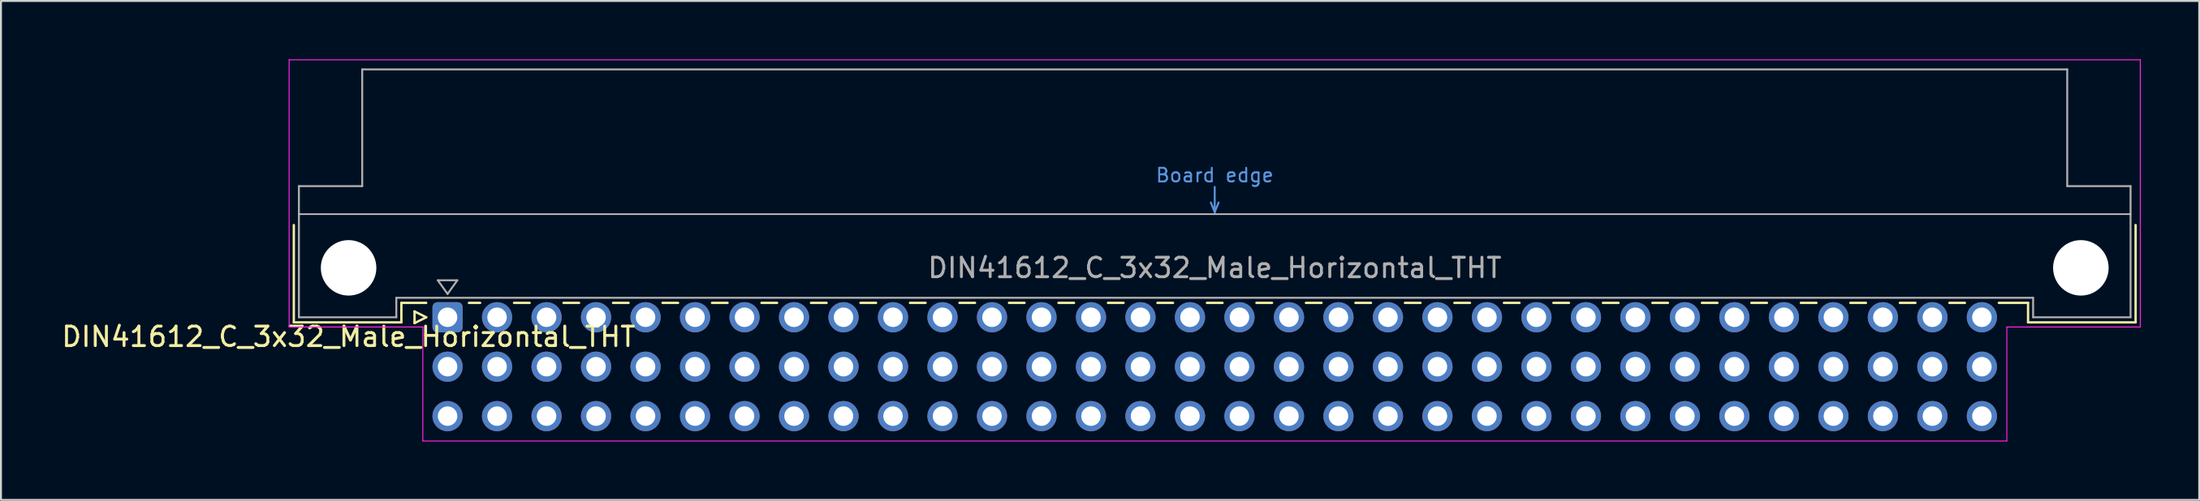
<source format=kicad_pcb>
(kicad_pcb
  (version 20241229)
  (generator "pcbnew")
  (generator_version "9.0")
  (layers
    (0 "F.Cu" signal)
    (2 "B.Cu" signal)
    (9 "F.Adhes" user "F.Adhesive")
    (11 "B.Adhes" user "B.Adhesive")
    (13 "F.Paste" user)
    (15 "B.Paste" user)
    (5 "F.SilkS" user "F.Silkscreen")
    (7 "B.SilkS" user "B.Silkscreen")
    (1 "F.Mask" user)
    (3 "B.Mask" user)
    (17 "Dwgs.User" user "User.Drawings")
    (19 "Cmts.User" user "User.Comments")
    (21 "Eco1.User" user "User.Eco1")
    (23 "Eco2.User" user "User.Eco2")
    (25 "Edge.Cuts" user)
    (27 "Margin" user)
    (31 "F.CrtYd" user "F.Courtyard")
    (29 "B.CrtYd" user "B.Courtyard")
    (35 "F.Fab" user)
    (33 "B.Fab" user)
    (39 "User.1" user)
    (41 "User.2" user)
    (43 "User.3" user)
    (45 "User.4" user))
  (footprint "DIN41612_C_3x32_Male_Horizontal_THT"
    (layer "F.Cu")
    (at 19.919 13.255)
    (property "Reference" "DIN41612_C_3x32_Male_Horizontal_THT" (at -5.08 1 0) (layer "F.SilkS") (effects (font (size 1 1) (thickness 0.15))))
    (attr through_hole)
    (fp_line (start -7.89 -4.74) (end -7.89 0.26) (stroke (width 0.12) (type solid)) (layer "F.SilkS"))
    (fp_line (start -7.89 0.26) (end -2.37 0.26) (stroke (width 0.12) (type solid)) (layer "F.SilkS"))
    (fp_line (start -2.371 -0.74) (end -1.095 -0.74) (stroke (width 0.12) (type solid)) (layer "F.SilkS"))
    (fp_line (start -2.37 0.26) (end -2.37 -0.74) (stroke (width 0.12) (type solid)) (layer "F.SilkS"))
    (fp_line (start -1.695 -0.3) (end -1.695 0.3) (stroke (width 0.12) (type solid)) (layer "F.SilkS"))
    (fp_line (start -1.695 0.3) (end -1.095 0) (stroke (width 0.12) (type solid)) (layer "F.SilkS"))
    (fp_line (start -1.095 0) (end -1.695 -0.3) (stroke (width 0.12) (type solid)) (layer "F.SilkS"))
    (fp_line (start 1.095 -0.74) (end 1.671 -0.74) (stroke (width 0.12) (type solid)) (layer "F.SilkS"))
    (fp_line (start 3.41 -0.74) (end 4.211 -0.74) (stroke (width 0.12) (type solid)) (layer "F.SilkS"))
    (fp_line (start 5.95 -0.74) (end 6.751 -0.74) (stroke (width 0.12) (type solid)) (layer "F.SilkS"))
    (fp_line (start 8.49 -0.74) (end 9.291 -0.74) (stroke (width 0.12) (type solid)) (layer "F.SilkS"))
    (fp_line (start 11.03 -0.74) (end 11.831 -0.74) (stroke (width 0.12) (type solid)) (layer "F.SilkS"))
    (fp_line (start 13.57 -0.74) (end 14.371 -0.74) (stroke (width 0.12) (type solid)) (layer "F.SilkS"))
    (fp_line (start 16.11 -0.74) (end 16.911 -0.74) (stroke (width 0.12) (type solid)) (layer "F.SilkS"))
    (fp_line (start 18.65 -0.74) (end 19.451 -0.74) (stroke (width 0.12) (type solid)) (layer "F.SilkS"))
    (fp_line (start 21.19 -0.74) (end 21.991 -0.74) (stroke (width 0.12) (type solid)) (layer "F.SilkS"))
    (fp_line (start 23.73 -0.74) (end 24.531 -0.74) (stroke (width 0.12) (type solid)) (layer "F.SilkS"))
    (fp_line (start 26.27 -0.74) (end 27.071 -0.74) (stroke (width 0.12) (type solid)) (layer "F.SilkS"))
    (fp_line (start 28.81 -0.74) (end 29.611 -0.74) (stroke (width 0.12) (type solid)) (layer "F.SilkS"))
    (fp_line (start 31.35 -0.74) (end 32.151 -0.74) (stroke (width 0.12) (type solid)) (layer "F.SilkS"))
    (fp_line (start 33.89 -0.74) (end 34.691 -0.74) (stroke (width 0.12) (type solid)) (layer "F.SilkS"))
    (fp_line (start 36.43 -0.74) (end 37.231 -0.74) (stroke (width 0.12) (type solid)) (layer "F.SilkS"))
    (fp_line (start 38.97 -0.74) (end 39.771 -0.74) (stroke (width 0.12) (type solid)) (layer "F.SilkS"))
    (fp_line (start 41.51 -0.74) (end 42.311 -0.74) (stroke (width 0.12) (type solid)) (layer "F.SilkS"))
    (fp_line (start 44.05 -0.74) (end 44.851 -0.74) (stroke (width 0.12) (type solid)) (layer "F.SilkS"))
    (fp_line (start 46.59 -0.74) (end 47.391 -0.74) (stroke (width 0.12) (type solid)) (layer "F.SilkS"))
    (fp_line (start 49.13 -0.74) (end 49.931 -0.74) (stroke (width 0.12) (type solid)) (layer "F.SilkS"))
    (fp_line (start 51.67 -0.74) (end 52.471 -0.74) (stroke (width 0.12) (type solid)) (layer "F.SilkS"))
    (fp_line (start 54.21 -0.74) (end 55.011 -0.74) (stroke (width 0.12) (type solid)) (layer "F.SilkS"))
    (fp_line (start 56.75 -0.74) (end 57.551 -0.74) (stroke (width 0.12) (type solid)) (layer "F.SilkS"))
    (fp_line (start 59.29 -0.74) (end 60.091 -0.74) (stroke (width 0.12) (type solid)) (layer "F.SilkS"))
    (fp_line (start 61.83 -0.74) (end 62.631 -0.74) (stroke (width 0.12) (type solid)) (layer "F.SilkS"))
    (fp_line (start 64.37 -0.74) (end 65.171 -0.74) (stroke (width 0.12) (type solid)) (layer "F.SilkS"))
    (fp_line (start 66.91 -0.74) (end 67.711 -0.74) (stroke (width 0.12) (type solid)) (layer "F.SilkS"))
    (fp_line (start 69.45 -0.74) (end 70.251 -0.74) (stroke (width 0.12) (type solid)) (layer "F.SilkS"))
    (fp_line (start 71.99 -0.74) (end 72.791 -0.74) (stroke (width 0.12) (type solid)) (layer "F.SilkS"))
    (fp_line (start 74.53 -0.74) (end 75.331 -0.74) (stroke (width 0.12) (type solid)) (layer "F.SilkS"))
    (fp_line (start 77.07 -0.74) (end 77.871 -0.74) (stroke (width 0.12) (type solid)) (layer "F.SilkS"))
    (fp_line (start 79.61 -0.74) (end 81.11 -0.74) (stroke (width 0.12) (type solid)) (layer "F.SilkS"))
    (fp_line (start 81.11 0.26) (end 81.11 -0.74) (stroke (width 0.12) (type solid)) (layer "F.SilkS"))
    (fp_line (start 86.63 -4.74) (end 86.63 0.26) (stroke (width 0.12) (type solid)) (layer "F.SilkS"))
    (fp_line (start 86.63 0.26) (end 81.11 0.26) (stroke (width 0.12) (type solid)) (layer "F.SilkS"))
    (fp_line (start -7.63 -5.3) (end 86.37 -5.3) (stroke (width 0.08) (type solid)) (layer "Dwgs.User"))
    (fp_line (start 39.17 -5.9) (end 39.37 -5.4) (stroke (width 0.1) (type solid)) (layer "Cmts.User"))
    (fp_line (start 39.37 -5.4) (end 39.37 -6.7) (stroke (width 0.1) (type solid)) (layer "Cmts.User"))
    (fp_line (start 39.37 -5.4) (end 39.57 -5.9) (stroke (width 0.1) (type solid)) (layer "Cmts.User"))
    (fp_line (start -8.13 -13.23) (end -8.13 0.5) (stroke (width 0.05) (type solid)) (layer "F.CrtYd"))
    (fp_line (start -8.13 0.5) (end -1.27 0.5) (stroke (width 0.05) (type solid)) (layer "F.CrtYd"))
    (fp_line (start -1.27 0.5) (end -1.27 6.36) (stroke (width 0.05) (type solid)) (layer "F.CrtYd"))
    (fp_line (start -1.27 6.36) (end 80.02 6.36) (stroke (width 0.05) (type solid)) (layer "F.CrtYd"))
    (fp_line (start 80.02 0.5) (end 86.87 0.5) (stroke (width 0.05) (type solid)) (layer "F.CrtYd"))
    (fp_line (start 80.02 6.36) (end 80.02 0.5) (stroke (width 0.05) (type solid)) (layer "F.CrtYd"))
    (fp_line (start 86.87 -13.23) (end -8.13 -13.23) (stroke (width 0.05) (type solid)) (layer "F.CrtYd"))
    (fp_line (start 86.87 0.5) (end 86.87 -13.23) (stroke (width 0.05) (type solid)) (layer "F.CrtYd"))
    (fp_line (start -7.63 -6.74) (end -7.63 0) (stroke (width 0.1) (type solid)) (layer "F.Fab"))
    (fp_line (start -7.63 0) (end -2.63 0) (stroke (width 0.1) (type solid)) (layer "F.Fab"))
    (fp_line (start -4.38 -12.74) (end -4.38 -6.74) (stroke (width 0.1) (type solid)) (layer "F.Fab"))
    (fp_line (start -4.38 -6.74) (end -7.63 -6.74) (stroke (width 0.1) (type solid)) (layer "F.Fab"))
    (fp_line (start -2.63 -1) (end 81.37 -1) (stroke (width 0.1) (type solid)) (layer "F.Fab"))
    (fp_line (start -2.63 0) (end -2.63 -1) (stroke (width 0.1) (type solid)) (layer "F.Fab"))
    (fp_line (start -0.5 -1.9) (end 0.5 -1.9) (stroke (width 0.1) (type solid)) (layer "F.Fab"))
    (fp_line (start 0 -1.2) (end -0.5 -1.9) (stroke (width 0.1) (type solid)) (layer "F.Fab"))
    (fp_line (start 0.5 -1.9) (end 0 -1.2) (stroke (width 0.1) (type solid)) (layer "F.Fab"))
    (fp_line (start 81.37 -1) (end 81.37 0) (stroke (width 0.1) (type solid)) (layer "F.Fab"))
    (fp_line (start 81.37 0) (end 86.37 0) (stroke (width 0.1) (type solid)) (layer "F.Fab"))
    (fp_line (start 83.12 -12.74) (end -4.38 -12.74) (stroke (width 0.1) (type solid)) (layer "F.Fab"))
    (fp_line (start 83.12 -6.74) (end 83.12 -12.74) (stroke (width 0.1) (type solid)) (layer "F.Fab"))
    (fp_line (start 86.37 -6.74) (end 83.12 -6.74) (stroke (width 0.1) (type solid)) (layer "F.Fab"))
    (fp_line (start 86.37 0) (end 86.37 -6.74) (stroke (width 0.1) (type solid)) (layer "F.Fab"))
    (fp_text user "Board edge" (at 39.37 -7.3 0) (layer "Cmts.User") (effects (font (size 0.7 0.7) (thickness 0.1))))
    (fp_text user "${REFERENCE}" (at 39.37 -2.54 0) (layer "F.Fab") (effects (font (size 1 1) (thickness 0.15))))
    (pad "" np_thru_hole circle (at -5.08 -2.54) (size 2.85 2.85) (drill 2.85) (layers "*.Cu" "*.Mask"))
    (pad "" np_thru_hole circle (at 83.82 -2.54) (size 2.85 2.85) (drill 2.85) (layers "*.Cu" "*.Mask"))
    (pad "a1" thru_hole roundrect (at 0 0) (size 1.55 1.55) (drill 1) (layers "*.Cu" "*.Mask") (roundrect_rratio 0.161))
    (pad "a2" thru_hole circle (at 2.54 0) (size 1.55 1.55) (drill 1) (layers "*.Cu" "*.Mask"))
    (pad "a3" thru_hole circle (at 5.08 0) (size 1.55 1.55) (drill 1) (layers "*.Cu" "*.Mask"))
    (pad "a4" thru_hole circle (at 7.62 0) (size 1.55 1.55) (drill 1) (layers "*.Cu" "*.Mask"))
    (pad "a5" thru_hole circle (at 10.16 0) (size 1.55 1.55) (drill 1) (layers "*.Cu" "*.Mask"))
    (pad "a6" thru_hole circle (at 12.7 0) (size 1.55 1.55) (drill 1) (layers "*.Cu" "*.Mask"))
    (pad "a7" thru_hole circle (at 15.24 0) (size 1.55 1.55) (drill 1) (layers "*.Cu" "*.Mask"))
    (pad "a8" thru_hole circle (at 17.78 0) (size 1.55 1.55) (drill 1) (layers "*.Cu" "*.Mask"))
    (pad "a9" thru_hole circle (at 20.32 0) (size 1.55 1.55) (drill 1) (layers "*.Cu" "*.Mask"))
    (pad "a10" thru_hole circle (at 22.86 0) (size 1.55 1.55) (drill 1) (layers "*.Cu" "*.Mask"))
    (pad "a11" thru_hole circle (at 25.4 0) (size 1.55 1.55) (drill 1) (layers "*.Cu" "*.Mask"))
    (pad "a12" thru_hole circle (at 27.94 0) (size 1.55 1.55) (drill 1) (layers "*.Cu" "*.Mask"))
    (pad "a13" thru_hole circle (at 30.48 0) (size 1.55 1.55) (drill 1) (layers "*.Cu" "*.Mask"))
    (pad "a14" thru_hole circle (at 33.02 0) (size 1.55 1.55) (drill 1) (layers "*.Cu" "*.Mask"))
    (pad "a15" thru_hole circle (at 35.56 0) (size 1.55 1.55) (drill 1) (layers "*.Cu" "*.Mask"))
    (pad "a16" thru_hole circle (at 38.1 0) (size 1.55 1.55) (drill 1) (layers "*.Cu" "*.Mask"))
    (pad "a17" thru_hole circle (at 40.64 0) (size 1.55 1.55) (drill 1) (layers "*.Cu" "*.Mask"))
    (pad "a18" thru_hole circle (at 43.18 0) (size 1.55 1.55) (drill 1) (layers "*.Cu" "*.Mask"))
    (pad "a19" thru_hole circle (at 45.72 0) (size 1.55 1.55) (drill 1) (layers "*.Cu" "*.Mask"))
    (pad "a20" thru_hole circle (at 48.26 0) (size 1.55 1.55) (drill 1) (layers "*.Cu" "*.Mask"))
    (pad "a21" thru_hole circle (at 50.8 0) (size 1.55 1.55) (drill 1) (layers "*.Cu" "*.Mask"))
    (pad "a22" thru_hole circle (at 53.34 0) (size 1.55 1.55) (drill 1) (layers "*.Cu" "*.Mask"))
    (pad "a23" thru_hole circle (at 55.88 0) (size 1.55 1.55) (drill 1) (layers "*.Cu" "*.Mask"))
    (pad "a24" thru_hole circle (at 58.42 0) (size 1.55 1.55) (drill 1) (layers "*.Cu" "*.Mask"))
    (pad "a25" thru_hole circle (at 60.96 0) (size 1.55 1.55) (drill 1) (layers "*.Cu" "*.Mask"))
    (pad "a26" thru_hole circle (at 63.5 0) (size 1.55 1.55) (drill 1) (layers "*.Cu" "*.Mask"))
    (pad "a27" thru_hole circle (at 66.04 0) (size 1.55 1.55) (drill 1) (layers "*.Cu" "*.Mask"))
    (pad "a28" thru_hole circle (at 68.58 0) (size 1.55 1.55) (drill 1) (layers "*.Cu" "*.Mask"))
    (pad "a29" thru_hole circle (at 71.12 0) (size 1.55 1.55) (drill 1) (layers "*.Cu" "*.Mask"))
    (pad "a30" thru_hole circle (at 73.66 0) (size 1.55 1.55) (drill 1) (layers "*.Cu" "*.Mask"))
    (pad "a31" thru_hole circle (at 76.2 0) (size 1.55 1.55) (drill 1) (layers "*.Cu" "*.Mask"))
    (pad "a32" thru_hole circle (at 78.74 0) (size 1.55 1.55) (drill 1) (layers "*.Cu" "*.Mask"))
    (pad "b1" thru_hole circle (at 0 2.54) (size 1.55 1.55) (drill 1) (layers "*.Cu" "*.Mask"))
    (pad "b2" thru_hole circle (at 2.54 2.54) (size 1.55 1.55) (drill 1) (layers "*.Cu" "*.Mask"))
    (pad "b3" thru_hole circle (at 5.08 2.54) (size 1.55 1.55) (drill 1) (layers "*.Cu" "*.Mask"))
    (pad "b4" thru_hole circle (at 7.62 2.54) (size 1.55 1.55) (drill 1) (layers "*.Cu" "*.Mask"))
    (pad "b5" thru_hole circle (at 10.16 2.54) (size 1.55 1.55) (drill 1) (layers "*.Cu" "*.Mask"))
    (pad "b6" thru_hole circle (at 12.7 2.54) (size 1.55 1.55) (drill 1) (layers "*.Cu" "*.Mask"))
    (pad "b7" thru_hole circle (at 15.24 2.54) (size 1.55 1.55) (drill 1) (layers "*.Cu" "*.Mask"))
    (pad "b8" thru_hole circle (at 17.78 2.54) (size 1.55 1.55) (drill 1) (layers "*.Cu" "*.Mask"))
    (pad "b9" thru_hole circle (at 20.32 2.54) (size 1.55 1.55) (drill 1) (layers "*.Cu" "*.Mask"))
    (pad "b10" thru_hole circle (at 22.86 2.54) (size 1.55 1.55) (drill 1) (layers "*.Cu" "*.Mask"))
    (pad "b11" thru_hole circle (at 25.4 2.54) (size 1.55 1.55) (drill 1) (layers "*.Cu" "*.Mask"))
    (pad "b12" thru_hole circle (at 27.94 2.54) (size 1.55 1.55) (drill 1) (layers "*.Cu" "*.Mask"))
    (pad "b13" thru_hole circle (at 30.48 2.54) (size 1.55 1.55) (drill 1) (layers "*.Cu" "*.Mask"))
    (pad "b14" thru_hole circle (at 33.02 2.54) (size 1.55 1.55) (drill 1) (layers "*.Cu" "*.Mask"))
    (pad "b15" thru_hole circle (at 35.56 2.54) (size 1.55 1.55) (drill 1) (layers "*.Cu" "*.Mask"))
    (pad "b16" thru_hole circle (at 38.1 2.54) (size 1.55 1.55) (drill 1) (layers "*.Cu" "*.Mask"))
    (pad "b17" thru_hole circle (at 40.64 2.54) (size 1.55 1.55) (drill 1) (layers "*.Cu" "*.Mask"))
    (pad "b18" thru_hole circle (at 43.18 2.54) (size 1.55 1.55) (drill 1) (layers "*.Cu" "*.Mask"))
    (pad "b19" thru_hole circle (at 45.72 2.54) (size 1.55 1.55) (drill 1) (layers "*.Cu" "*.Mask"))
    (pad "b20" thru_hole circle (at 48.26 2.54) (size 1.55 1.55) (drill 1) (layers "*.Cu" "*.Mask"))
    (pad "b21" thru_hole circle (at 50.8 2.54) (size 1.55 1.55) (drill 1) (layers "*.Cu" "*.Mask"))
    (pad "b22" thru_hole circle (at 53.34 2.54) (size 1.55 1.55) (drill 1) (layers "*.Cu" "*.Mask"))
    (pad "b23" thru_hole circle (at 55.88 2.54) (size 1.55 1.55) (drill 1) (layers "*.Cu" "*.Mask"))
    (pad "b24" thru_hole circle (at 58.42 2.54) (size 1.55 1.55) (drill 1) (layers "*.Cu" "*.Mask"))
    (pad "b25" thru_hole circle (at 60.96 2.54) (size 1.55 1.55) (drill 1) (layers "*.Cu" "*.Mask"))
    (pad "b26" thru_hole circle (at 63.5 2.54) (size 1.55 1.55) (drill 1) (layers "*.Cu" "*.Mask"))
    (pad "b27" thru_hole circle (at 66.04 2.54) (size 1.55 1.55) (drill 1) (layers "*.Cu" "*.Mask"))
    (pad "b28" thru_hole circle (at 68.58 2.54) (size 1.55 1.55) (drill 1) (layers "*.Cu" "*.Mask"))
    (pad "b29" thru_hole circle (at 71.12 2.54) (size 1.55 1.55) (drill 1) (layers "*.Cu" "*.Mask"))
    (pad "b30" thru_hole circle (at 73.66 2.54) (size 1.55 1.55) (drill 1) (layers "*.Cu" "*.Mask"))
    (pad "b31" thru_hole circle (at 76.2 2.54) (size 1.55 1.55) (drill 1) (layers "*.Cu" "*.Mask"))
    (pad "b32" thru_hole circle (at 78.74 2.54) (size 1.55 1.55) (drill 1) (layers "*.Cu" "*.Mask"))
    (pad "c1" thru_hole circle (at 0 5.08) (size 1.55 1.55) (drill 1) (layers "*.Cu" "*.Mask"))
    (pad "c2" thru_hole circle (at 2.54 5.08) (size 1.55 1.55) (drill 1) (layers "*.Cu" "*.Mask"))
    (pad "c3" thru_hole circle (at 5.08 5.08) (size 1.55 1.55) (drill 1) (layers "*.Cu" "*.Mask"))
    (pad "c4" thru_hole circle (at 7.62 5.08) (size 1.55 1.55) (drill 1) (layers "*.Cu" "*.Mask"))
    (pad "c5" thru_hole circle (at 10.16 5.08) (size 1.55 1.55) (drill 1) (layers "*.Cu" "*.Mask"))
    (pad "c6" thru_hole circle (at 12.7 5.08) (size 1.55 1.55) (drill 1) (layers "*.Cu" "*.Mask"))
    (pad "c7" thru_hole circle (at 15.24 5.08) (size 1.55 1.55) (drill 1) (layers "*.Cu" "*.Mask"))
    (pad "c8" thru_hole circle (at 17.78 5.08) (size 1.55 1.55) (drill 1) (layers "*.Cu" "*.Mask"))
    (pad "c9" thru_hole circle (at 20.32 5.08) (size 1.55 1.55) (drill 1) (layers "*.Cu" "*.Mask"))
    (pad "c10" thru_hole circle (at 22.86 5.08) (size 1.55 1.55) (drill 1) (layers "*.Cu" "*.Mask"))
    (pad "c11" thru_hole circle (at 25.4 5.08) (size 1.55 1.55) (drill 1) (layers "*.Cu" "*.Mask"))
    (pad "c12" thru_hole circle (at 27.94 5.08) (size 1.55 1.55) (drill 1) (layers "*.Cu" "*.Mask"))
    (pad "c13" thru_hole circle (at 30.48 5.08) (size 1.55 1.55) (drill 1) (layers "*.Cu" "*.Mask"))
    (pad "c14" thru_hole circle (at 33.02 5.08) (size 1.55 1.55) (drill 1) (layers "*.Cu" "*.Mask"))
    (pad "c15" thru_hole circle (at 35.56 5.08) (size 1.55 1.55) (drill 1) (layers "*.Cu" "*.Mask"))
    (pad "c16" thru_hole circle (at 38.1 5.08) (size 1.55 1.55) (drill 1) (layers "*.Cu" "*.Mask"))
    (pad "c17" thru_hole circle (at 40.64 5.08) (size 1.55 1.55) (drill 1) (layers "*.Cu" "*.Mask"))
    (pad "c18" thru_hole circle (at 43.18 5.08) (size 1.55 1.55) (drill 1) (layers "*.Cu" "*.Mask"))
    (pad "c19" thru_hole circle (at 45.72 5.08) (size 1.55 1.55) (drill 1) (layers "*.Cu" "*.Mask"))
    (pad "c20" thru_hole circle (at 48.26 5.08) (size 1.55 1.55) (drill 1) (layers "*.Cu" "*.Mask"))
    (pad "c21" thru_hole circle (at 50.8 5.08) (size 1.55 1.55) (drill 1) (layers "*.Cu" "*.Mask"))
    (pad "c22" thru_hole circle (at 53.34 5.08) (size 1.55 1.55) (drill 1) (layers "*.Cu" "*.Mask"))
    (pad "c23" thru_hole circle (at 55.88 5.08) (size 1.55 1.55) (drill 1) (layers "*.Cu" "*.Mask"))
    (pad "c24" thru_hole circle (at 58.42 5.08) (size 1.55 1.55) (drill 1) (layers "*.Cu" "*.Mask"))
    (pad "c25" thru_hole circle (at 60.96 5.08) (size 1.55 1.55) (drill 1) (layers "*.Cu" "*.Mask"))
    (pad "c26" thru_hole circle (at 63.5 5.08) (size 1.55 1.55) (drill 1) (layers "*.Cu" "*.Mask"))
    (pad "c27" thru_hole circle (at 66.04 5.08) (size 1.55 1.55) (drill 1) (layers "*.Cu" "*.Mask"))
    (pad "c28" thru_hole circle (at 68.58 5.08) (size 1.55 1.55) (drill 1) (layers "*.Cu" "*.Mask"))
    (pad "c29" thru_hole circle (at 71.12 5.08) (size 1.55 1.55) (drill 1) (layers "*.Cu" "*.Mask"))
    (pad "c30" thru_hole circle (at 73.66 5.08) (size 1.55 1.55) (drill 1) (layers "*.Cu" "*.Mask"))
    (pad "c31" thru_hole circle (at 76.2 5.08) (size 1.55 1.55) (drill 1) (layers "*.Cu" "*.Mask"))
    (pad "c32" thru_hole circle (at 78.74 5.08) (size 1.55 1.55) (drill 1) (layers "*.Cu" "*.Mask")))
  (gr_rect
    (start -3 -3)
    (end 109.814 22.64)
    (stroke (width 0.1) (type default))
    (fill no)
    (layer "Edge.Cuts")))
</source>
